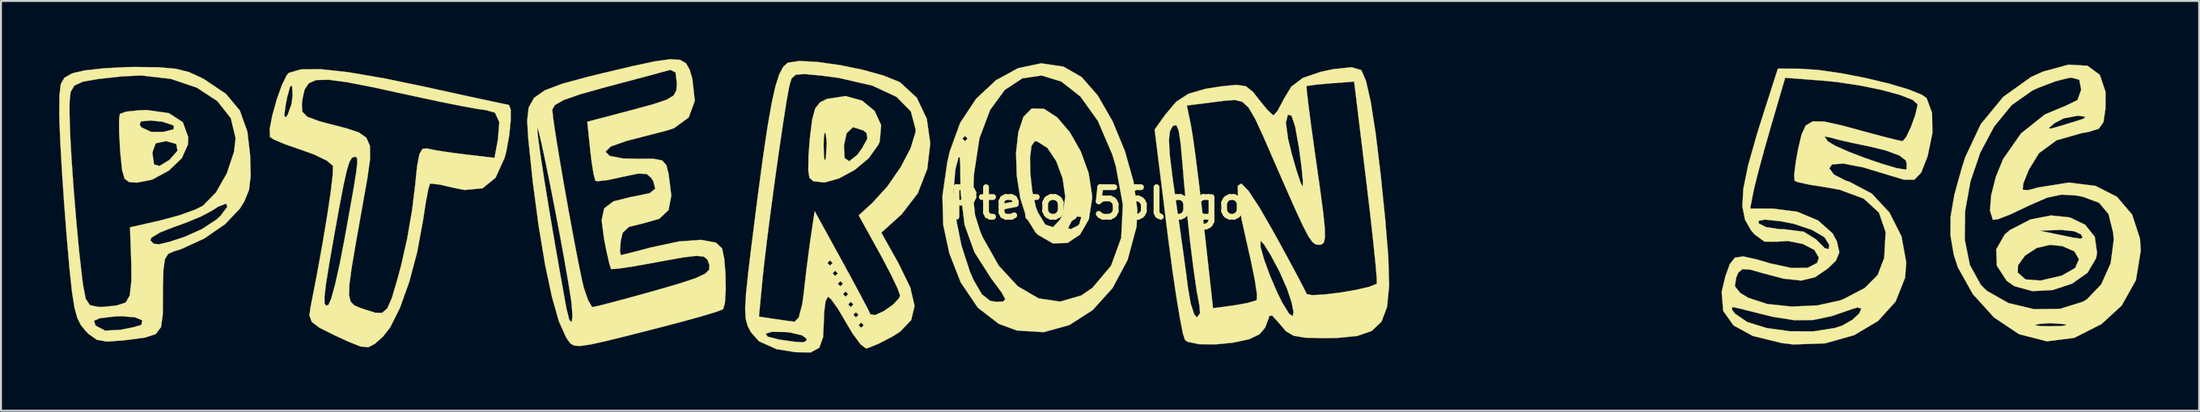
<source format=kicad_pcb>
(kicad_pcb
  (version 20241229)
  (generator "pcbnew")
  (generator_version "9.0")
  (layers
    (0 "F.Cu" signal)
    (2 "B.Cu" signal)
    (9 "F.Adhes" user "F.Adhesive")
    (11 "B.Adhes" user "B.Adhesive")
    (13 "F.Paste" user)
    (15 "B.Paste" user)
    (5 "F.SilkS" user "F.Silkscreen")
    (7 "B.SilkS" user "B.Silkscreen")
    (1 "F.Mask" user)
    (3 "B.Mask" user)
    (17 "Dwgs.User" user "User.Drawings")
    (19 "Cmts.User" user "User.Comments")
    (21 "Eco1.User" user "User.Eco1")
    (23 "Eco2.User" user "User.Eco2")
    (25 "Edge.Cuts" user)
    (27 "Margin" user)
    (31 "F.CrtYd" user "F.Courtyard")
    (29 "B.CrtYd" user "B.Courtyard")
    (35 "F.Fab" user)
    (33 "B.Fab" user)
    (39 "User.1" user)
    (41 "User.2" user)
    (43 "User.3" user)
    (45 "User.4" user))
  (footprint "Pteron56logo"
    (layer "F.Cu")
    (at 53.468 7.441)
    (property "Reference" "Pteron56logo" (at 0 0 0) (layer "F.SilkS") (effects (font (size 1.524 1.524) (thickness 0.3))))
    (attr through_hole)
    (fp_poly (pts (xy -12.118 -5.3) (xy -11.471 -4.769) (xy -11.134 -4.035) (xy -11.209 -3.19) (xy -11.282 -3.018) (xy -11.781 -2.323) (xy -12.496 -1.727) (xy -13.297 -1.29) (xy -14.054 -1.076) (xy -14.636 -1.146) (xy -14.832 -1.325) (xy -14.887 -1.706) (xy -14.877 -2.452) (xy -14.84 -2.941) (xy -14.098 -2.941) (xy -14.077 -2.363) (xy -14.024 -2.204) (xy -13.982 -2.339) (xy -13.945 -2.987) (xy -13.051 -2.987) (xy -13.019 -2.342) (xy -12.778 -2.175) (xy -12.372 -2.494) (xy -12.126 -2.83) (xy -11.843 -3.344) (xy -11.888 -3.631) (xy -12.053 -3.762) (xy -12.584 -3.93) (xy -12.915 -3.618) (xy -13.051 -2.987) (xy -13.945 -2.987) (xy -13.938 -3.119) (xy -13.982 -3.543) (xy -14.048 -3.669) (xy -14.09 -3.333) (xy -14.098 -2.941) (xy -14.84 -2.941) (xy -14.808 -3.352) (xy -14.688 -4.32) (xy -14.535 -4.891) (xy -14.291 -5.206) (xy -13.931 -5.388) (xy -12.972 -5.537) (xy -12.118 -5.3)) (stroke (width 0.01) (type solid)) (fill yes) (layer "F.SilkS"))
    (fp_poly (pts (xy -47.817 -4.654) (xy -47.103 -4.187) (xy -46.824 -3.419) (xy -46.836 -3.04) (xy -47.153 -2.333) (xy -47.828 -1.684) (xy -48.691 -1.221) (xy -49.471 -1.069) (xy -49.871 -1.1) (xy -50.103 -1.275) (xy -50.23 -1.716) (xy -50.314 -2.54) (xy -48.661 -2.54) (xy -48.583 -2.007) (xy -48.301 -1.93) (xy -47.792 -2.244) (xy -47.375 -2.716) (xy -47.439 -3.066) (xy -47.967 -3.208) (xy -47.993 -3.208) (xy -48.501 -3.098) (xy -48.658 -2.663) (xy -48.661 -2.54) (xy -50.314 -2.54) (xy -50.315 -2.547) (xy -50.33 -2.741) (xy -50.381 -3.645) (xy -50.383 -4.048) (xy -49.323 -4.048) (xy -49.234 -3.922) (xy -48.732 -3.687) (xy -48.104 -3.689) (xy -47.58 -3.818) (xy -47.559 -3.988) (xy -47.631 -4.041) (xy -48.157 -4.213) (xy -48.761 -4.274) (xy -49.268 -4.229) (xy -49.323 -4.048) (xy -50.383 -4.048) (xy -50.384 -4.328) (xy -50.346 -4.612) (xy -50.036 -4.73) (xy -49.374 -4.802) (xy -48.954 -4.813) (xy -47.817 -4.654)) (stroke (width 0.01) (type solid)) (fill yes) (layer "F.SilkS"))
    (fp_poly (pts (xy 50.089 0.725) (xy 50.873 1.101) (xy 51.372 1.722) (xy 51.489 2.556) (xy 51.44 2.827) (xy 51 3.579) (xy 50.203 4.14) (xy 49.206 4.469) (xy 48.165 4.527) (xy 47.235 4.274) (xy 46.84 4) (xy 46.558 3.568) (xy 47.405 3.568) (xy 47.809 3.924) (xy 48.581 3.981) (xy 49.642 3.734) (xy 49.691 3.717) (xy 50.36 3.333) (xy 50.558 2.887) (xy 50.323 2.477) (xy 49.693 2.201) (xy 49.07 2.139) (xy 48.379 2.301) (xy 47.777 2.697) (xy 47.418 3.195) (xy 47.405 3.568) (xy 46.558 3.568) (xy 46.328 3.217) (xy 46.297 2.369) (xy 46.736 1.601) (xy 46.965 1.407) (xy 48.527 1.407) (xy 49.463 1.604) (xy 50.262 1.768) (xy 50.652 1.822) (xy 50.747 1.765) (xy 50.666 1.604) (xy 50.314 1.437) (xy 49.658 1.37) (xy 49.514 1.372) (xy 48.527 1.407) (xy 46.965 1.407) (xy 46.999 1.378) (xy 48.055 0.831) (xy 49.118 0.624) (xy 50.089 0.725)) (stroke (width 0.01) (type solid)) (fill yes) (layer "F.SilkS"))
    (fp_poly (pts (xy -2.745 -4.877) (xy -2.068 -4.435) (xy -1.415 -3.669) (xy -0.853 -2.68) (xy -0.449 -1.567) (xy -0.271 -0.429) (xy -0.267 -0.266) (xy -0.438 0.824) (xy -0.892 1.612) (xy -1.54 2.043) (xy -2.292 2.064) (xy -3.06 1.621) (xy -3.181 1.5) (xy -3.326 1.266) (xy -1.504 1.266) (xy -1.385 1.337) (xy -0.993 1.14) (xy -0.925 1.052) (xy -0.825 0.704) (xy -1.032 0.675) (xy -1.331 0.929) (xy -1.504 1.266) (xy -3.326 1.266) (xy -3.644 0.755) (xy -3.968 -0.263) (xy -4.151 -1.425) (xy -4.18 -2.363) (xy -3.466 -2.363) (xy -3.452 -1.538) (xy -3.354 -0.648) (xy -3.178 0.152) (xy -3.079 0.433) (xy -2.682 1.094) (xy -2.284 1.227) (xy -1.915 0.832) (xy -1.767 0.487) (xy -1.653 -0.349) (xy -1.788 -1.287) (xy -2.115 -2.174) (xy -2.573 -2.862) (xy -3.104 -3.197) (xy -3.219 -3.208) (xy -3.39 -2.972) (xy -3.466 -2.363) (xy -4.18 -2.363) (xy -4.188 -2.599) (xy -4.074 -3.656) (xy -3.807 -4.464) (xy -3.381 -4.894) (xy -3.378 -4.896) (xy -2.745 -4.877)) (stroke (width 0.01) (type solid)) (fill yes) (layer "F.SilkS"))
    (fp_poly (pts (xy -1.743 -7.054) (xy -0.809 -6.516) (xy 0.022 -5.564) (xy 0.784 -4.239) (xy 1.418 -2.705) (xy 1.863 -1.125) (xy 2.061 0.34) (xy 2.021 1.2) (xy 1.558 2.919) (xy 0.782 4.369) (xy -0.241 5.505) (xy -1.447 6.279) (xy -2.771 6.645) (xy -4.145 6.558) (xy -5.075 6.216) (xy -6.156 5.381) (xy -7.036 4.08) (xy -7.622 2.582) (xy -7.939 1.106) (xy -7.978 -0.382) (xy -7.938 -0.662) (xy -7.407 -0.662) (xy -7.292 0.716) (xy -6.997 2.183) (xy -6.554 3.546) (xy -6.379 3.944) (xy -5.946 4.691) (xy -5.517 5.028) (xy -5.192 5.08) (xy -4.841 5.061) (xy -4.745 4.937) (xy -4.925 4.603) (xy -5.406 3.956) (xy -5.458 3.889) (xy -6.329 2.524) (xy -6.836 1.116) (xy -7.011 -0.292) (xy -6.394 -0.292) (xy -6.298 0.601) (xy -6.037 1.436) (xy -5.904 1.75) (xy -5.076 3.216) (xy -4.098 4.275) (xy -3.027 4.9) (xy -1.918 5.067) (xy -0.826 4.749) (xy -0.252 4.357) (xy 0.707 3.215) (xy 1.229 1.777) (xy 1.313 0.064) (xy 0.955 -1.906) (xy 0.767 -2.528) (xy 0.023 -4.261) (xy -0.872 -5.511) (xy -1.858 -6.286) (xy -2.875 -6.596) (xy -3.864 -6.449) (xy -4.767 -5.854) (xy -5.523 -4.82) (xy -6.073 -3.355) (xy -6.358 -1.476) (xy -6.394 -0.292) (xy -7.011 -0.292) (xy -7.04 -0.529) (xy -7.052 -1.069) (xy -7.06 -1.974) (xy -7.087 -2.389) (xy -7.151 -2.361) (xy -7.267 -1.935) (xy -7.31 -1.758) (xy -7.407 -0.662) (xy -7.938 -0.662) (xy -7.737 -2.072) (xy -7.604 -2.674) (xy -7.361 -3.342) (xy -6.952 -3.342) (xy -6.818 -3.208) (xy -6.684 -3.342) (xy -6.818 -3.476) (xy -6.952 -3.342) (xy -7.361 -3.342) (xy -7.064 -4.156) (xy -6.245 -5.396) (xy -5.225 -6.35) (xy -4.083 -6.975) (xy -2.896 -7.224) (xy -1.743 -7.054)) (stroke (width 0.01) (type solid)) (fill yes) (layer "F.SilkS"))
    (fp_poly (pts (xy 50.995 -7.099) (xy 51.631 -6.631) (xy 51.925 -5.755) (xy 51.921 -4.872) (xy 51.819 -4.191) (xy 51.579 -3.85) (xy 51.034 -3.681) (xy 50.708 -3.626) (xy 49.402 -3.254) (xy 48.496 -2.588) (xy 47.97 -1.726) (xy 47.688 -1.016) (xy 47.661 -0.702) (xy 47.945 -0.683) (xy 48.459 -0.821) (xy 50.039 -1.074) (xy 51.41 -0.902) (xy 52.516 -0.339) (xy 53.297 0.579) (xy 53.699 1.817) (xy 53.741 2.438) (xy 53.492 3.962) (xy 52.757 5.272) (xy 51.713 6.229) (xy 50.311 6.938) (xy 48.906 7.115) (xy 47.51 6.759) (xy 47.443 6.729) (xy 46.782 6.286) (xy 48.279 6.286) (xy 48.568 6.328) (xy 49.062 6.34) (xy 49.696 6.323) (xy 49.928 6.276) (xy 49.801 6.229) (xy 49.068 6.18) (xy 48.464 6.225) (xy 48.279 6.286) (xy 46.782 6.286) (xy 46.18 5.883) (xy 45.091 4.68) (xy 44.319 3.297) (xy 44.108 2.643) (xy 43.978 1.878) (xy 44.676 1.878) (xy 44.94 3.18) (xy 45.508 4.21) (xy 45.81 4.509) (xy 46.923 5.142) (xy 48.241 5.458) (xy 49.579 5.441) (xy 50.754 5.075) (xy 50.966 4.95) (xy 51.703 4.18) (xy 52.189 3.095) (xy 52.348 1.885) (xy 52.319 1.51) (xy 52.078 0.548) (xy 51.595 -0.029) (xy 50.748 -0.345) (xy 50.399 -0.408) (xy 49.654 -0.451) (xy 48.916 -0.293) (xy 47.979 0.113) (xy 47.794 0.205) (xy 46.987 0.586) (xy 46.383 0.816) (xy 46.123 0.849) (xy 45.976 0.375) (xy 46.036 -0.42) (xy 46.278 -1.376) (xy 46.651 -2.287) (xy 47.576 -3.61) (xy 47.927 -3.89) (xy 49.004 -3.89) (xy 49.101 -3.854) (xy 49.597 -3.993) (xy 50.302 -4.21) (xy 50.8 -4.37) (xy 50.881 -4.471) (xy 50.517 -4.524) (xy 49.772 -4.385) (xy 49.314 -4.148) (xy 49.004 -3.89) (xy 47.927 -3.89) (xy 48.802 -4.588) (xy 49.904 -5.048) (xy 50.485 -5.333) (xy 50.665 -5.842) (xy 50.666 -5.901) (xy 50.574 -6.375) (xy 50.19 -6.483) (xy 49.998 -6.464) (xy 49.349 -6.297) (xy 48.503 -5.977) (xy 48.163 -5.824) (xy 47.096 -5.073) (xy 46.193 -3.97) (xy 45.475 -2.62) (xy 44.967 -1.126) (xy 44.693 0.408) (xy 44.676 1.878) (xy 43.978 1.878) (xy 43.942 1.667) (xy 43.946 0.688) (xy 44.138 -0.44) (xy 44.533 -1.861) (xy 44.7 -2.383) (xy 45.499 -4.084) (xy 46.66 -5.495) (xy 48.098 -6.524) (xy 48.709 -6.799) (xy 50.019 -7.156) (xy 50.995 -7.099)) (stroke (width 0.01) (type solid)) (fill yes) (layer "F.SilkS"))
    (fp_poly (pts (xy -48.339 -7.021) (xy -47.463 -6.944) (xy -46.788 -6.774) (xy -46.147 -6.481) (xy -45.996 -6.399) (xy -44.878 -5.645) (xy -44.168 -4.795) (xy -43.778 -3.705) (xy -43.633 -2.465) (xy -43.606 -1.415) (xy -43.693 -0.696) (xy -43.93 -0.107) (xy -44.162 0.267) (xy -44.92 1.07) (xy -46.003 1.815) (xy -47.205 2.367) (xy -47.577 2.48) (xy -47.858 2.606) (xy -48.023 2.882) (xy -48.102 3.425) (xy -48.126 4.355) (xy -48.126 4.662) (xy -48.134 5.732) (xy -48.225 6.386) (xy -48.499 6.744) (xy -49.057 6.925) (xy -49.998 7.049) (xy -50.149 7.066) (xy -50.999 7.131) (xy -51.533 7.037) (xy -51.959 6.733) (xy -52.121 6.567) (xy -52.357 6.273) (xy -52.464 6.055) (xy -51.674 6.055) (xy -51.607 6.276) (xy -51.575 6.316) (xy -51.103 6.565) (xy -50.295 6.52) (xy -49.639 6.386) (xy -49.26 6.279) (xy -49.236 6.265) (xy -49.187 6.035) (xy -49.565 5.876) (xy -50.263 5.821) (xy -50.653 5.839) (xy -51.386 5.925) (xy -51.674 6.055) (xy -52.464 6.055) (xy -52.539 5.903) (xy -52.683 5.369) (xy -52.808 4.583) (xy -52.93 3.457) (xy -53.066 1.903) (xy -53.095 1.551) (xy -53.221 -0.087) (xy -53.329 -1.695) (xy -53.41 -3.128) (xy -53.456 -4.241) (xy -53.463 -4.607) (xy -52.937 -4.607) (xy -52.908 -3.615) (xy -52.831 -2.249) (xy -52.719 -0.668) (xy -52.584 0.969) (xy -52.44 2.504) (xy -52.297 3.781) (xy -52.24 4.211) (xy -52.104 4.924) (xy -51.885 5.252) (xy -51.453 5.341) (xy -51.238 5.343) (xy -50.528 5.272) (xy -50.045 5.115) (xy -49.838 4.759) (xy -49.75 3.99) (xy -49.757 3.063) (xy -49.799 1.901) (xy -48.776 1.901) (xy -48.608 2.08) (xy -48.321 2.111) (xy -47.782 1.98) (xy -47.005 1.724) (xy -46.123 1.329) (xy -45.365 0.831) (xy -45.172 0.655) (xy -44.813 0.18) (xy -44.867 0.009) (xy -45.288 0.173) (xy -45.605 0.378) (xy -46.167 0.677) (xy -47.008 1.024) (xy -47.534 1.21) (xy -48.269 1.497) (xy -48.712 1.762) (xy -48.776 1.901) (xy -49.799 1.901) (xy -49.823 1.236) (xy -48.249 0.879) (xy -47.285 0.617) (xy -46.454 0.317) (xy -46.067 0.123) (xy -45.402 -0.554) (xy -44.834 -1.552) (xy -44.466 -2.657) (xy -44.383 -3.367) (xy -44.632 -4.396) (xy -45.325 -5.277) (xy -46.38 -5.968) (xy -47.717 -6.422) (xy -49.256 -6.598) (xy -50.239 -6.551) (xy -51.457 -6.416) (xy -52.239 -6.282) (xy -52.683 -6.08) (xy -52.884 -5.742) (xy -52.937 -5.199) (xy -52.937 -4.607) (xy -53.463 -4.607) (xy -53.463 -4.619) (xy -53.455 -5.586) (xy -53.386 -6.158) (xy -53.207 -6.473) (xy -52.87 -6.671) (xy -52.738 -6.726) (xy -52.141 -6.861) (xy -51.18 -6.967) (xy -50.03 -7.028) (xy -49.582 -7.035) (xy -48.339 -7.021)) (stroke (width 0.01) (type solid)) (fill yes) (layer "F.SilkS"))
    (fp_poly (pts (xy -38.571 -6.766) (xy -36.664 -6.437) (xy -34.643 -6.016) (xy -33.213 -5.701) (xy -31.976 -5.432) (xy -31.023 -5.227) (xy -30.443 -5.105) (xy -30.308 -5.08) (xy -30.215 -4.846) (xy -30.215 -4.256) (xy -30.295 -3.479) (xy -30.441 -2.681) (xy -30.53 -2.344) (xy -30.996 -1.32) (xy -31.664 -0.779) (xy -32.588 -0.69) (xy -33.159 -0.803) (xy -33.861 -0.966) (xy -34.31 -1.02) (xy -34.378 -1.004) (xy -34.463 -0.708) (xy -34.59 -0.029) (xy -34.732 0.888) (xy -34.733 0.894) (xy -35.032 2.515) (xy -35.441 4.054) (xy -35.919 5.39) (xy -36.425 6.403) (xy -36.803 6.885) (xy -37.221 7.253) (xy -37.553 7.421) (xy -37.952 7.382) (xy -38.574 7.134) (xy -39.258 6.818) (xy -40.055 6.422) (xy -40.461 6.116) (xy -40.58 5.786) (xy -40.535 5.416) (xy -40.417 4.81) (xy -39.806 4.81) (xy -39.803 5.165) (xy -39.723 5.276) (xy -39.6 5.232) (xy -39.462 4.925) (xy -39.263 4.2) (xy -39.03 3.165) (xy -38.792 1.941) (xy -38.503 0.339) (xy -38.3 -0.812) (xy -38.175 -1.586) (xy -38.119 -2.057) (xy -38.121 -2.302) (xy -38.174 -2.393) (xy -38.253 -2.406) (xy -38.39 -2.353) (xy -38.518 -2.142) (xy -38.656 -1.698) (xy -38.824 -0.946) (xy -39.042 0.191) (xy -39.294 1.584) (xy -39.557 3.091) (xy -39.726 4.143) (xy -39.806 4.81) (xy -40.417 4.81) (xy -40.204 3.713) (xy -39.909 2.086) (xy -39.665 0.622) (xy -39.484 -0.592) (xy -39.381 -1.468) (xy -39.37 -1.919) (xy -39.376 -1.943) (xy -39.687 -2.206) (xy -40.352 -2.526) (xy -41.001 -2.76) (xy -41.824 -3.044) (xy -42.416 -3.294) (xy -42.613 -3.424) (xy -42.63 -3.818) (xy -42.498 -4.516) (xy -41.878 -4.516) (xy -41.795 -4.439) (xy -41.713 -4.545) (xy -41.505 -5.117) (xy -40.971 -5.117) (xy -40.949 -4.734) (xy -40.7 -4.474) (xy -40.104 -4.248) (xy -39.623 -4.116) (xy -38.694 -3.878) (xy -38.047 -3.665) (xy -37.648 -3.388) (xy -37.463 -2.957) (xy -37.458 -2.282) (xy -37.6 -1.273) (xy -37.855 0.161) (xy -37.907 0.454) (xy -38.204 2.124) (xy -38.41 3.344) (xy -38.523 4.19) (xy -38.539 4.741) (xy -38.456 5.072) (xy -38.269 5.262) (xy -37.976 5.388) (xy -37.699 5.481) (xy -37.192 5.641) (xy -36.839 5.648) (xy -36.575 5.423) (xy -36.338 4.887) (xy -36.063 3.961) (xy -35.855 3.185) (xy -35.551 1.841) (xy -35.289 0.321) (xy -35.143 -0.877) (xy -35.034 -1.931) (xy -34.915 -2.546) (xy -34.756 -2.815) (xy -34.529 -2.832) (xy -34.525 -2.831) (xy -34.027 -2.731) (xy -33.209 -2.608) (xy -32.57 -2.527) (xy -31.05 -2.349) (xy -30.872 -3.296) (xy -30.802 -4.192) (xy -31.026 -4.679) (xy -31.502 -4.813) (xy -31.921 -4.868) (xy -32.751 -5.021) (xy -33.882 -5.249) (xy -35.203 -5.531) (xy -35.564 -5.61) (xy -37.338 -5.996) (xy -38.661 -6.254) (xy -39.601 -6.377) (xy -40.23 -6.361) (xy -40.615 -6.197) (xy -40.828 -5.88) (xy -40.936 -5.403) (xy -40.971 -5.117) (xy -41.505 -5.117) (xy -41.501 -5.128) (xy -41.446 -5.592) (xy -41.478 -6.068) (xy -41.573 -6.035) (xy -41.719 -5.512) (xy -41.804 -5.08) (xy -41.878 -4.516) (xy -42.498 -4.516) (xy -42.497 -4.521) (xy -42.268 -5.348) (xy -41.997 -6.112) (xy -41.739 -6.629) (xy -41.645 -6.73) (xy -41.036 -6.91) (xy -40.02 -6.923) (xy -38.571 -6.766)) (stroke (width 0.01) (type solid)) (fill yes) (layer "F.SilkS"))
    (fp_poly (pts (xy -21.491 -7.404) (xy -21.185 -7.227) (xy -20.999 -6.899) (xy -20.861 -6.439) (xy -20.732 -5.287) (xy -21.046 -4.433) (xy -21.8 -3.881) (xy -22.168 -3.76) (xy -23.073 -3.525) (xy -24.088 -3.262) (xy -24.281 -3.211) (xy -25.062 -2.932) (xy -25.333 -2.665) (xy -25.117 -2.448) (xy -24.437 -2.319) (xy -23.728 -2.302) (xy -22.878 -2.303) (xy -22.416 -2.216) (xy -22.199 -1.974) (xy -22.084 -1.533) (xy -21.941 -0.4) (xy -22.085 0.346) (xy -22.566 0.797) (xy -23.429 1.043) (xy -23.434 1.043) (xy -24.126 1.214) (xy -24.447 1.512) (xy -24.549 1.942) (xy -24.584 2.471) (xy -24.549 2.671) (xy -24.266 2.605) (xy -23.623 2.44) (xy -22.994 2.273) (xy -21.552 1.964) (xy -20.415 1.881) (xy -19.646 2.024) (xy -19.327 2.324) (xy -19.216 2.86) (xy -19.152 3.639) (xy -19.139 4.465) (xy -19.181 5.139) (xy -19.271 5.457) (xy -19.577 5.58) (xy -20.293 5.799) (xy -21.313 6.083) (xy -22.479 6.389) (xy -24.1 6.803) (xy -25.279 7.096) (xy -26.094 7.278) (xy -26.624 7.355) (xy -26.946 7.337) (xy -27.138 7.23) (xy -27.278 7.044) (xy -27.375 6.888) (xy -27.731 6.088) (xy -28.092 4.821) (xy -28.445 3.154) (xy -28.777 1.156) (xy -29.077 -1.106) (xy -29.31 -3.342) (xy -29.343 -3.877) (xy -28.85 -3.877) (xy -28.812 -3.443) (xy -28.692 -2.567) (xy -28.504 -1.335) (xy -28.26 0.169) (xy -27.975 1.861) (xy -27.662 3.655) (xy -27.346 5.414) (xy -27.195 6.015) (xy -27.079 6.133) (xy -27.031 5.822) (xy -27.083 5.135) (xy -27.1 5.013) (xy -27.245 4.092) (xy -27.445 2.94) (xy -27.681 1.647) (xy -27.935 0.307) (xy -28.189 -0.989) (xy -28.425 -2.15) (xy -28.625 -3.084) (xy -28.771 -3.698) (xy -28.844 -3.902) (xy -28.85 -3.877) (xy -29.343 -3.877) (xy -29.366 -4.261) (xy -29.303 -4.835) (xy -28.074 -4.835) (xy -28.026 -4.379) (xy -27.898 -3.514) (xy -27.709 -2.352) (xy -27.478 -1.009) (xy -27.228 0.402) (xy -26.977 1.765) (xy -26.747 2.966) (xy -26.557 3.891) (xy -26.45 4.345) (xy -26.235 4.984) (xy -26.034 5.329) (xy -25.991 5.348) (xy -25.673 5.28) (xy -24.95 5.094) (xy -23.932 4.819) (xy -22.827 4.512) (xy -21.54 4.139) (xy -20.691 3.858) (xy -20.202 3.63) (xy -19.992 3.419) (xy -19.981 3.186) (xy -19.984 3.175) (xy -20.084 2.899) (xy -20.272 2.745) (xy -20.65 2.708) (xy -21.315 2.785) (xy -22.368 2.973) (xy -22.885 3.071) (xy -23.867 3.247) (xy -24.622 3.361) (xy -25.018 3.392) (xy -25.045 3.385) (xy -25.137 3.098) (xy -25.285 2.446) (xy -25.404 1.852) (xy -25.531 0.868) (xy -25.398 0.254) (xy -24.918 -0.107) (xy -24.004 -0.335) (xy -23.79 -0.371) (xy -23.051 -0.532) (xy -22.769 -0.758) (xy -22.868 -1.136) (xy -22.971 -1.309) (xy -23.209 -1.516) (xy -23.642 -1.537) (xy -24.42 -1.376) (xy -24.47 -1.363) (xy -25.225 -1.201) (xy -25.736 -1.142) (xy -25.85 -1.163) (xy -25.94 -1.473) (xy -26.048 -2.147) (xy -26.119 -2.745) (xy -26.27 -4.21) (xy -23.963 -4.819) (xy -22.866 -5.118) (xy -22.187 -5.346) (xy -21.825 -5.564) (xy -21.682 -5.832) (xy -21.657 -6.208) (xy -21.724 -6.752) (xy -21.979 -6.883) (xy -22.125 -6.853) (xy -22.569 -6.731) (xy -23.399 -6.508) (xy -24.483 -6.219) (xy -25.333 -5.994) (xy -26.638 -5.628) (xy -27.485 -5.33) (xy -27.941 -5.073) (xy -28.074 -4.835) (xy -29.303 -4.835) (xy -29.292 -4.939) (xy -29.014 -5.441) (xy -28.461 -5.831) (xy -27.56 -6.172) (xy -26.239 -6.53) (xy -25.517 -6.706) (xy -23.931 -7.083) (xy -22.784 -7.328) (xy -21.998 -7.436) (xy -21.491 -7.404)) (stroke (width 0.01) (type solid)) (fill yes) (layer "F.SilkS"))
    (fp_poly (pts (xy -14.4 -7.294) (xy -13.265 -7.134) (xy -12.087 -6.892) (xy -11.023 -6.598) (xy -10.227 -6.278) (xy -10.144 -6.231) (xy -9.296 -5.443) (xy -8.783 -4.358) (xy -8.605 -3.096) (xy -8.76 -1.776) (xy -9.25 -0.518) (xy -10.073 0.556) (xy -10.154 0.631) (xy -11.127 1.51) (xy -10.239 3.095) (xy -9.634 4.339) (xy -9.414 5.288) (xy -9.588 6.021) (xy -10.162 6.621) (xy -10.561 6.874) (xy -11.266 7.239) (xy -11.797 7.456) (xy -11.922 7.482) (xy -12.199 7.268) (xy -12.61 6.709) (xy -12.862 6.283) (xy -12.299 6.283) (xy -12.165 6.417) (xy -12.032 6.283) (xy -12.165 6.149) (xy -12.299 6.283) (xy -12.862 6.283) (xy -12.942 6.149) (xy -13.178 5.748) (xy -12.566 5.748) (xy -12.433 5.882) (xy -12.299 5.748) (xy -12.433 5.615) (xy -12.566 5.748) (xy -13.178 5.748) (xy -13.37 5.424) (xy -13.521 5.214) (xy -12.834 5.214) (xy -12.7 5.347) (xy -12.566 5.214) (xy -12.7 5.08) (xy -12.834 5.214) (xy -13.521 5.214) (xy -13.72 4.938) (xy -13.875 4.813) (xy -14 5.051) (xy -14.073 5.652) (xy -14.081 5.969) (xy -14.125 6.895) (xy -14.321 7.448) (xy -14.763 7.689) (xy -15.545 7.677) (xy -16.529 7.518) (xy -17.43 7.112) (xy -17.773 6.724) (xy -17.087 6.724) (xy -16.98 6.875) (xy -16.391 7.025) (xy -16.376 7.027) (xy -15.562 7.143) (xy -15.143 7.166) (xy -14.991 7.093) (xy -14.973 6.98) (xy -15.21 6.807) (xy -15.803 6.667) (xy -16.042 6.638) (xy -16.758 6.626) (xy -17.087 6.724) (xy -17.773 6.724) (xy -17.847 6.64) (xy -18.014 6.316) (xy -18.112 5.946) (xy -18.117 5.842) (xy -17.429 5.842) (xy -16.669 5.956) (xy -16.002 6.053) (xy -15.593 6.109) (xy -15.378 5.884) (xy -15.199 5.2) (xy -15.128 4.679) (xy -13.101 4.679) (xy -12.967 4.813) (xy -12.834 4.679) (xy -12.967 4.545) (xy -13.101 4.679) (xy -15.128 4.679) (xy -15.119 4.612) (xy -15.066 4.144) (xy -13.368 4.144) (xy -13.235 4.278) (xy -13.101 4.144) (xy -13.235 4.011) (xy -13.368 4.144) (xy -15.066 4.144) (xy -15.005 3.609) (xy -13.636 3.609) (xy -13.502 3.743) (xy -13.368 3.609) (xy -13.502 3.476) (xy -13.636 3.609) (xy -15.005 3.609) (xy -14.987 3.451) (xy -14.938 3.075) (xy -13.903 3.075) (xy -13.769 3.208) (xy -13.636 3.075) (xy -13.769 2.941) (xy -13.903 3.075) (xy -14.938 3.075) (xy -14.832 2.245) (xy -14.759 1.738) (xy -14.559 0.401) (xy -13.166 2.941) (xy -12.59 3.999) (xy -12.113 4.889) (xy -11.793 5.503) (xy -11.688 5.723) (xy -11.451 5.763) (xy -11.002 5.559) (xy -10.526 5.227) (xy -10.205 4.882) (xy -10.16 4.748) (xy -10.282 4.402) (xy -10.606 3.72) (xy -11.07 2.832) (xy -11.225 2.548) (xy -12.29 0.619) (xy -11.588 -0.025) (xy -10.823 -0.864) (xy -10.134 -1.86) (xy -9.616 -2.849) (xy -9.367 -3.666) (xy -9.358 -3.808) (xy -9.604 -4.741) (xy -10.344 -5.495) (xy -11.581 -6.071) (xy -13.319 -6.472) (xy -14.208 -6.59) (xy -15.064 -6.671) (xy -15.53 -6.64) (xy -15.751 -6.445) (xy -15.868 -6.035) (xy -15.879 -5.984) (xy -16.01 -5.257) (xy -16.187 -4.125) (xy -16.395 -2.714) (xy -16.614 -1.151) (xy -16.828 0.438) (xy -17.019 1.927) (xy -17.17 3.19) (xy -17.247 3.924) (xy -17.429 5.842) (xy -18.117 5.842) (xy -18.139 5.43) (xy -18.096 4.671) (xy -17.981 3.568) (xy -17.819 2.229) (xy -17.502 -0.285) (xy -17.23 -2.316) (xy -16.993 -3.918) (xy -16.78 -5.139) (xy -16.583 -6.03) (xy -16.389 -6.643) (xy -16.19 -7.027) (xy -15.976 -7.233) (xy -15.922 -7.261) (xy -15.338 -7.346) (xy -14.4 -7.294)) (stroke (width 0.01) (type solid)) (fill yes) (layer "F.SilkS"))
    (fp_poly (pts (xy 36.174 -6.947) (xy 37.137 -6.882) (xy 38.308 -6.713) (xy 39.556 -6.47) (xy 40.753 -6.184) (xy 41.768 -5.883) (xy 42.473 -5.6) (xy 42.712 -5.427) (xy 42.99 -4.674) (xy 43.01 -3.627) (xy 42.768 -2.458) (xy 42.742 -2.379) (xy 42.43 -1.582) (xy 42.084 -1.223) (xy 41.545 -1.222) (xy 40.865 -1.426) (xy 39.445 -1.857) (xy 38.429 -2.053) (xy 37.842 -2.011) (xy 37.699 -1.81) (xy 37.935 -1.489) (xy 38.538 -1.177) (xy 38.749 -1.107) (xy 39.885 -0.506) (xy 40.801 0.477) (xy 41.419 1.707) (xy 41.662 3.052) (xy 41.6 3.843) (xy 41.114 5.066) (xy 40.21 6.067) (xy 38.974 6.8) (xy 37.491 7.219) (xy 35.849 7.279) (xy 35.248 7.206) (xy 33.76 6.84) (xy 32.763 6.295) (xy 32.235 5.545) (xy 32.23 5.483) (xy 32.685 5.483) (xy 32.843 5.691) (xy 33.479 6.124) (xy 34.476 6.432) (xy 35.67 6.597) (xy 36.898 6.601) (xy 37.997 6.426) (xy 38.376 6.297) (xy 38.891 6.004) (xy 39.238 5.68) (xy 39.347 5.432) (xy 39.148 5.369) (xy 38.93 5.433) (xy 37.82 5.817) (xy 36.868 6.016) (xy 35.915 6.028) (xy 34.8 5.855) (xy 33.364 5.497) (xy 33.154 5.44) (xy 32.703 5.345) (xy 32.685 5.483) (xy 32.23 5.483) (xy 32.156 4.566) (xy 32.225 4.274) (xy 32.835 4.274) (xy 33.112 4.62) (xy 33.52 4.868) (xy 34.495 5.19) (xy 35.752 5.323) (xy 37.074 5.264) (xy 38.24 5.01) (xy 38.433 4.936) (xy 39.526 4.364) (xy 40.187 3.7) (xy 40.518 2.839) (xy 40.527 2.792) (xy 40.6 1.481) (xy 40.256 0.477) (xy 39.474 -0.243) (xy 38.236 -0.702) (xy 37.513 -0.831) (xy 36.682 -0.963) (xy 36.092 -1.092) (xy 35.913 -1.162) (xy 35.891 -1.475) (xy 35.972 -2.145) (xy 36.09 -2.786) (xy 36.246 -3.456) (xy 37.452 -3.456) (xy 37.606 -3.222) (xy 37.624 -3.202) (xy 37.988 -2.979) (xy 38.673 -2.675) (xy 39.527 -2.346) (xy 40.401 -2.045) (xy 41.144 -1.826) (xy 41.604 -1.742) (xy 41.676 -1.757) (xy 41.685 -2.048) (xy 41.632 -2.222) (xy 41.311 -2.467) (xy 40.615 -2.728) (xy 39.834 -2.92) (xy 38.889 -3.117) (xy 38.113 -3.296) (xy 37.739 -3.4) (xy 37.452 -3.456) (xy 36.246 -3.456) (xy 36.266 -3.543) (xy 36.483 -4.015) (xy 36.841 -4.231) (xy 37.439 -4.221) (xy 38.376 -4.013) (xy 39.368 -3.743) (xy 40.322 -3.485) (xy 41.065 -3.295) (xy 41.458 -3.21) (xy 41.477 -3.208) (xy 41.663 -3.43) (xy 41.91 -3.955) (xy 42.131 -4.57) (xy 42.242 -5.063) (xy 42.244 -5.11) (xy 41.998 -5.336) (xy 41.338 -5.594) (xy 40.382 -5.854) (xy 39.246 -6.087) (xy 38.048 -6.264) (xy 37.432 -6.324) (xy 35.426 -6.479) (xy 34.694 -3.975) (xy 34.354 -2.784) (xy 34.058 -1.691) (xy 33.849 -0.862) (xy 33.791 -0.602) (xy 33.622 0.267) (xy 34.791 0.268) (xy 36.052 0.433) (xy 37.122 0.882) (xy 37.87 1.548) (xy 38.092 1.966) (xy 38.216 2.529) (xy 38.041 2.954) (xy 37.612 3.37) (xy 36.957 3.813) (xy 36.251 3.981) (xy 35.341 3.884) (xy 34.383 3.631) (xy 33.626 3.419) (xy 33.222 3.391) (xy 33.015 3.569) (xy 32.902 3.831) (xy 32.835 4.274) (xy 32.225 4.274) (xy 32.347 3.756) (xy 32.579 3.126) (xy 32.84 2.799) (xy 33.264 2.735) (xy 33.982 2.896) (xy 34.624 3.087) (xy 35.736 3.331) (xy 36.579 3.323) (xy 37.071 3.073) (xy 37.164 2.796) (xy 36.927 2.4) (xy 36.336 2.093) (xy 35.573 1.942) (xy 34.971 1.977) (xy 34.356 1.971) (xy 33.841 1.595) (xy 33.673 1.395) (xy 33.389 0.898) (xy 34.057 0.898) (xy 34.067 1.033) (xy 34.43 1.221) (xy 35.114 1.328) (xy 35.401 1.337) (xy 36.386 1.462) (xy 37.025 1.866) (xy 37.031 1.872) (xy 37.468 2.312) (xy 37.663 2.36) (xy 37.699 2.145) (xy 37.453 1.749) (xy 36.799 1.365) (xy 35.861 1.052) (xy 35.188 0.921) (xy 34.393 0.838) (xy 34.057 0.898) (xy 33.389 0.898) (xy 33.357 0.842) (xy 33.221 0.152) (xy 33.272 -0.757) (xy 33.517 -1.963) (xy 33.965 -3.546) (xy 34.215 -4.345) (xy 35.05 -6.952) (xy 36.174 -6.947)) (stroke (width 0.01) (type solid)) (fill yes) (layer "F.SilkS"))
    (fp_poly (pts (xy 13.582 -6.878) (xy 13.609 -6.85) (xy 13.84 -6.309) (xy 14.081 -5.238) (xy 14.331 -3.637) (xy 14.589 -1.51) (xy 14.822 0.775) (xy 14.984 2.744) (xy 15.028 4.248) (xy 14.921 5.347) (xy 14.633 6.105) (xy 14.132 6.581) (xy 13.386 6.839) (xy 12.365 6.941) (xy 11.67 6.952) (xy 10.705 6.93) (xy 10.109 6.83) (xy 9.717 6.598) (xy 9.389 6.216) (xy 9.005 5.784) (xy 8.841 5.818) (xy 8.832 5.908) (xy 8.638 6.415) (xy 8.355 6.751) (xy 7.83 7.004) (xy 7.013 7.183) (xy 6.087 7.274) (xy 5.236 7.264) (xy 4.642 7.139) (xy 4.513 7.047) (xy 4.404 6.698) (xy 4.248 5.904) (xy 4.058 4.751) (xy 3.85 3.324) (xy 3.636 1.711) (xy 3.606 1.467) (xy 3.018 -3.263) (xy 3.688 -3.263) (xy 3.728 -2.526) (xy 3.861 -1.415) (xy 4.006 -0.401) (xy 4.214 1.029) (xy 4.412 2.433) (xy 4.575 3.633) (xy 4.666 4.345) (xy 4.809 5.17) (xy 4.989 5.728) (xy 5.128 5.882) (xy 5.288 5.666) (xy 5.26 5.281) (xy 5.12 4.535) (xy 4.954 3.39) (xy 4.778 1.977) (xy 4.609 0.43) (xy 4.46 -1.118) (xy 4.391 -1.962) (xy 4.291 -3.09) (xy 4.189 -3.757) (xy 4.067 -4.036) (xy 3.905 -4) (xy 3.871 -3.967) (xy 3.737 -3.713) (xy 3.688 -3.263) (xy 3.018 -3.263) (xy 2.951 -3.808) (xy 3.499 -4.578) (xy 3.897 -5.049) (xy 4.609 -5.049) (xy 4.814 -4.062) (xy 4.915 -3.456) (xy 5.056 -2.436) (xy 5.222 -1.123) (xy 5.398 0.365) (xy 5.489 1.166) (xy 5.958 5.408) (xy 7.011 5.266) (xy 7.717 5.142) (xy 8.163 5.01) (xy 8.212 4.978) (xy 8.218 4.671) (xy 8.113 3.968) (xy 7.917 2.995) (xy 7.789 2.433) (xy 7.678 1.937) (xy 8.402 1.937) (xy 8.408 2.253) (xy 8.591 2.905) (xy 8.898 3.745) (xy 9.278 4.624) (xy 9.522 5.116) (xy 9.87 5.684) (xy 10.061 5.819) (xy 10.104 5.601) (xy 10.005 5.105) (xy 9.772 4.409) (xy 9.414 3.59) (xy 9.356 3.471) (xy 8.928 2.67) (xy 8.588 2.12) (xy 8.407 1.933) (xy 8.402 1.937) (xy 7.678 1.937) (xy 7.429 0.816) (xy 7.242 -0.297) (xy 7.235 -0.908) (xy 7.415 -1.023) (xy 7.787 -0.643) (xy 8.359 0.227) (xy 9.136 1.583) (xy 9.185 1.671) (xy 9.786 2.773) (xy 10.29 3.711) (xy 10.64 4.381) (xy 10.781 4.675) (xy 11.053 4.734) (xy 11.679 4.702) (xy 12.493 4.603) (xy 13.327 4.461) (xy 14.014 4.301) (xy 14.388 4.148) (xy 14.393 4.143) (xy 14.39 3.863) (xy 14.329 3.135) (xy 14.217 2.041) (xy 14.065 0.663) (xy 13.879 -0.916) (xy 13.855 -1.114) (xy 13.227 -6.283) (xy 12.028 -6.192) (xy 11.298 -6.127) (xy 10.841 -6.067) (xy 10.773 -6.048) (xy 10.789 -5.779) (xy 10.871 -5.079) (xy 11.006 -4.046) (xy 11.181 -2.778) (xy 11.236 -2.396) (xy 11.47 -0.749) (xy 11.628 0.442) (xy 11.712 1.252) (xy 11.724 1.752) (xy 11.668 2.018) (xy 11.545 2.122) (xy 11.394 2.139) (xy 11.233 2.113) (xy 11.072 1.99) (xy 10.872 1.702) (xy 10.6 1.181) (xy 10.218 0.361) (xy 9.691 -0.827) (xy 9.118 -2.139) (xy 8.543 -3.462) (xy 8.221 -4.161) (xy 9.71 -4.161) (xy 9.825 -3.322) (xy 10.017 -2.539) (xy 10.265 -1.676) (xy 10.466 -1.076) (xy 10.578 -0.865) (xy 10.581 -0.866) (xy 10.587 -1.153) (xy 10.522 -1.83) (xy 10.4 -2.759) (xy 10.379 -2.902) (xy 10.187 -3.967) (xy 10.002 -4.519) (xy 9.817 -4.577) (xy 9.815 -4.575) (xy 9.71 -4.161) (xy 8.221 -4.161) (xy 8.123 -4.372) (xy 7.789 -4.939) (xy 7.471 -5.236) (xy 7.098 -5.333) (xy 6.601 -5.301) (xy 6.077 -5.233) (xy 4.609 -5.049) (xy 3.897 -5.049) (xy 4.057 -5.239) (xy 4.688 -5.653) (xy 5.567 -5.909) (xy 6.34 -6.031) (xy 7.157 -6.115) (xy 7.649 -6.044) (xy 8.016 -5.751) (xy 8.308 -5.378) (xy 8.738 -4.845) (xy 9.036 -4.56) (xy 9.076 -4.545) (xy 9.275 -4.763) (xy 9.558 -5.292) (xy 9.584 -5.351) (xy 9.989 -6.02) (xy 10.581 -6.47) (xy 11.498 -6.784) (xy 12.158 -6.924) (xy 13.092 -7.022) (xy 13.582 -6.878)) (stroke (width 0.01) (type solid)) (fill yes) (layer "F.SilkS")))
  (gr_rect
    (start -3 -3)
    (end 110.214 18.136)
    (stroke (width 0.1) (type default))
    (fill no)
    (layer "Edge.Cuts")))
</source>
